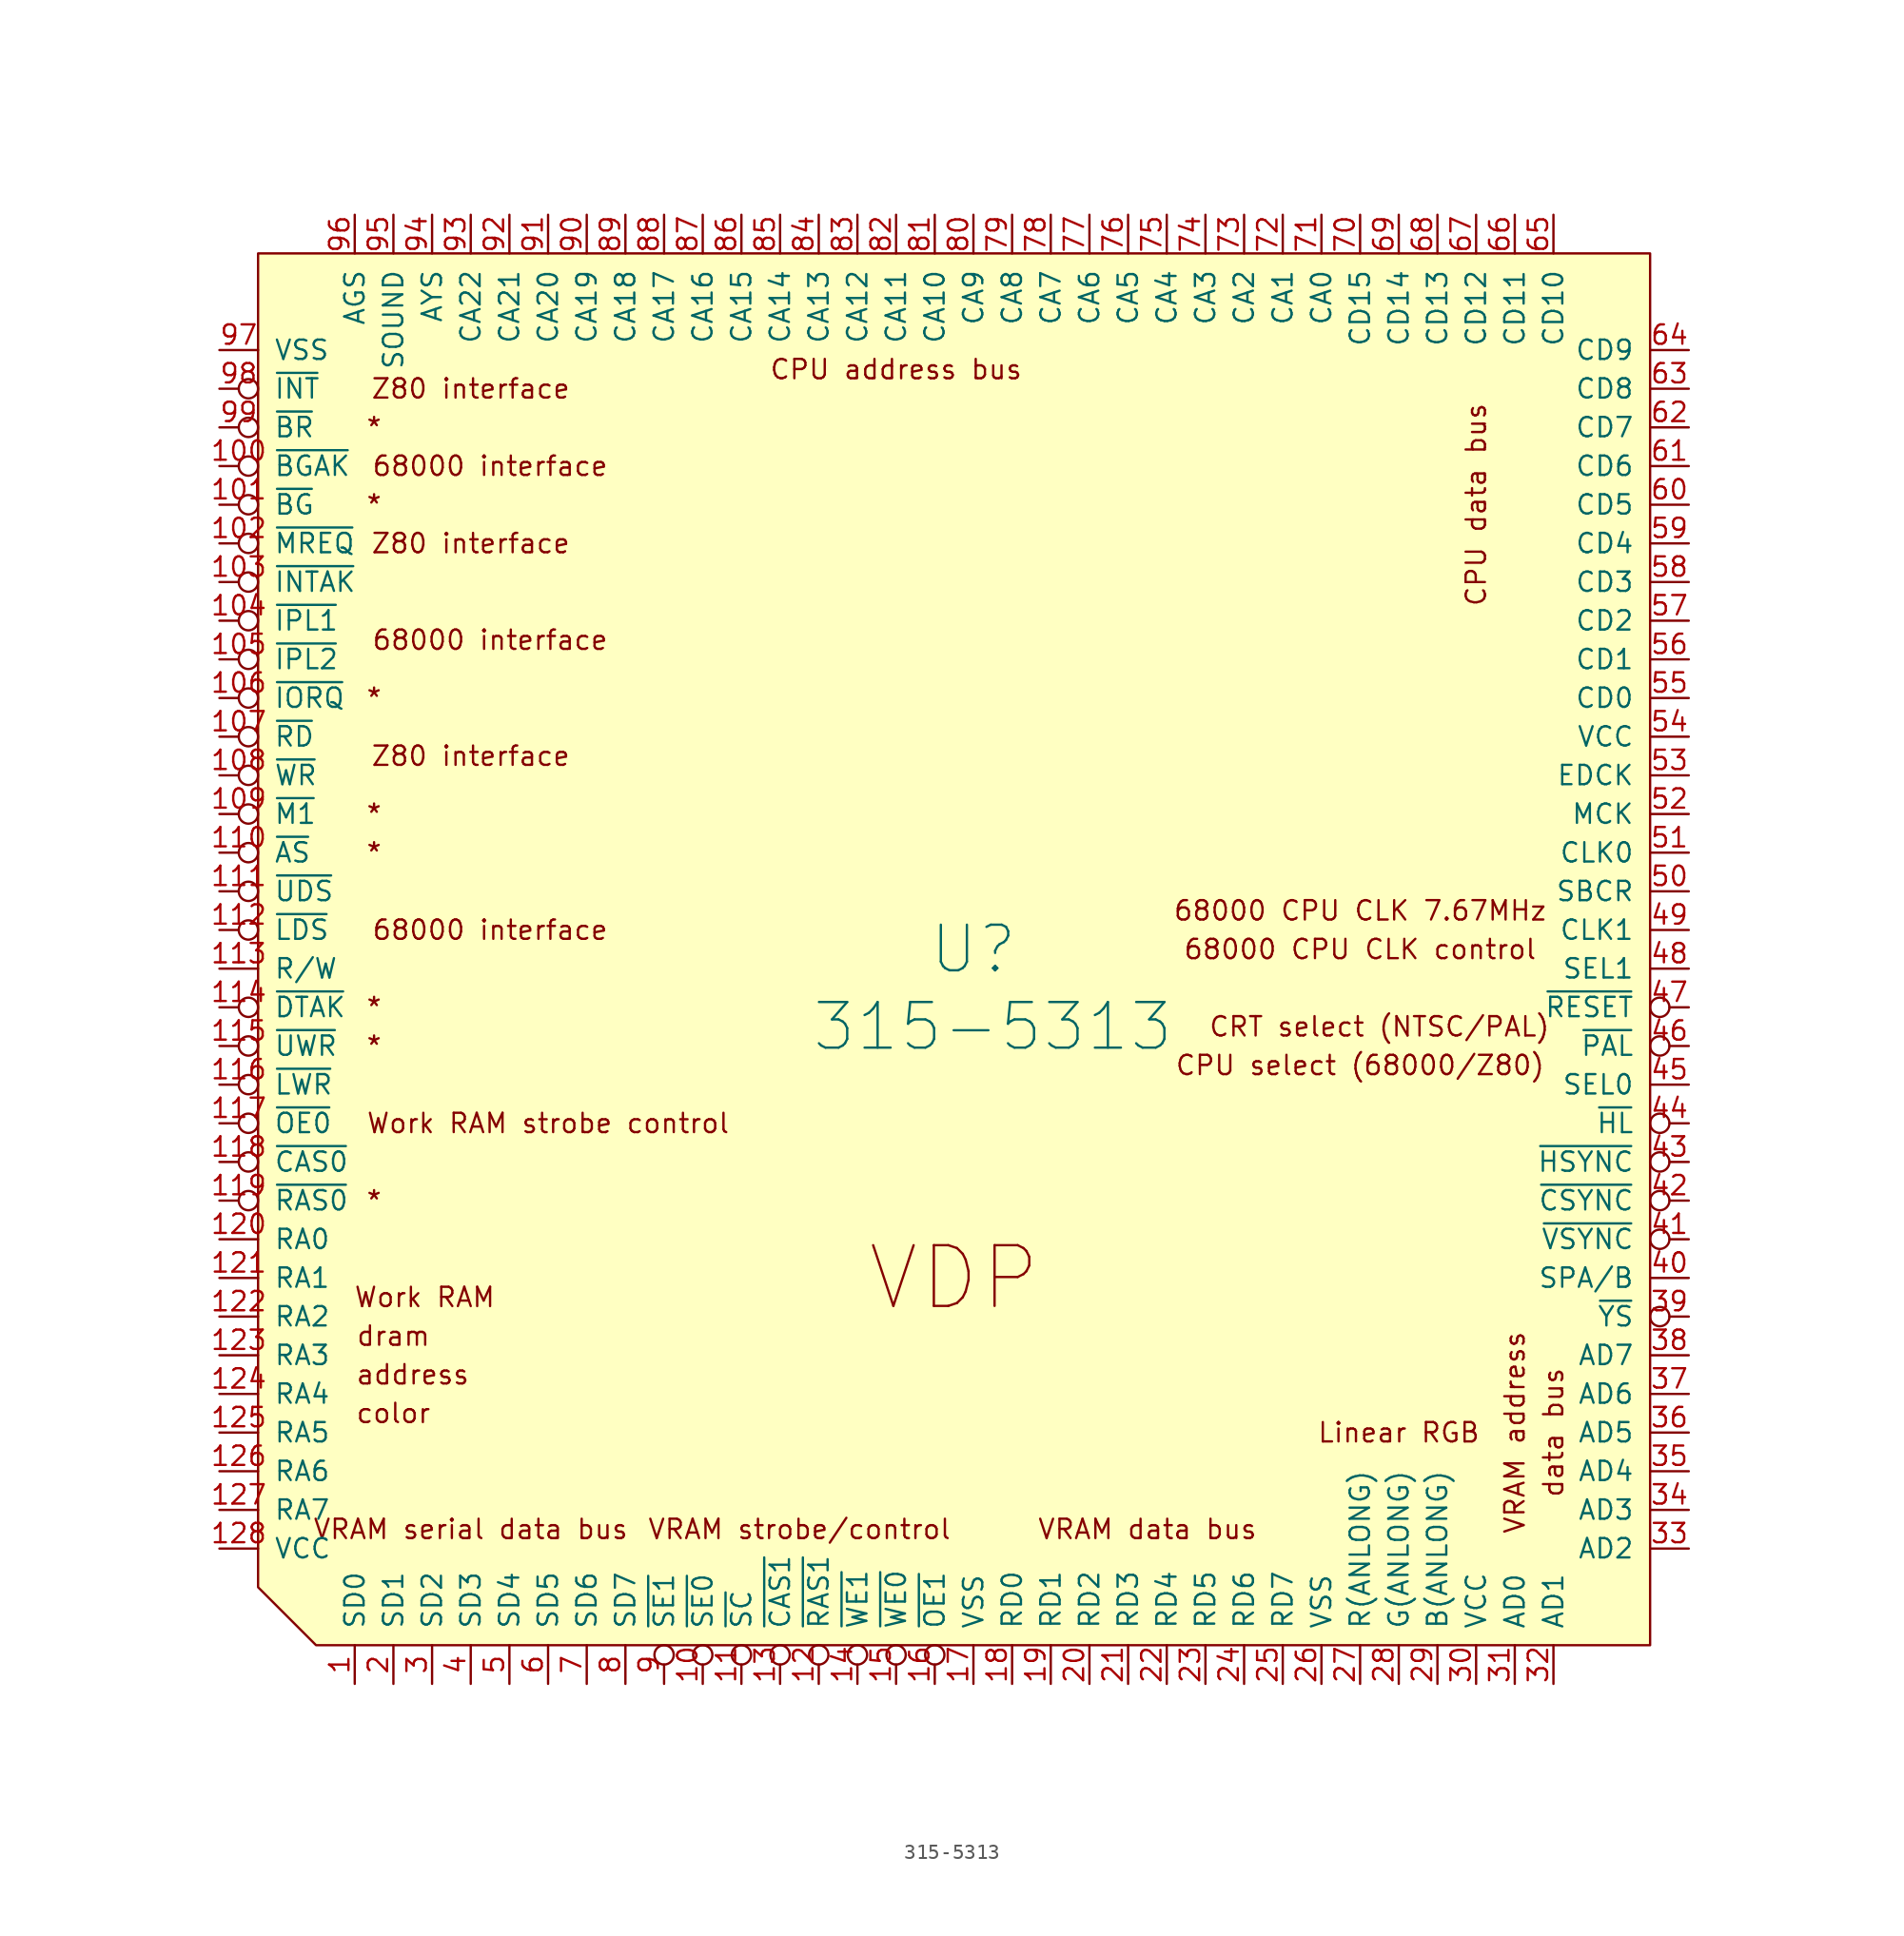
<source format=kicad_sym>
(kicad_symbol_lib
  (version 20211014)
  (generator kicad_symbol_editor)
  (symbol "315-5313"
    (pin_names
      (offset 1.016))
    (property "Reference" "U"
      (at -1.27 3.81 0)
      (effects (font (size 2.997 2.997))))
    (property "Value" "315-5313"
      (at 0 -1.27 0)
      (effects (font (size 2.997 2.997))))
    (symbol "315-5313_0_0"
      (text "*" (at -40.64 38.1 0) (effects (font (size 1.27 1.27))))
      (text "68000 CPU CLK 7.67MHz" (at 24.13 6.35 0) (effects (font (size 1.27 1.27))))
      (text "68000 CPU CLK control" (at 24.13 3.81 0) (effects (font (size 1.27 1.27))))
      (text "68000 interface" (at -33.02 5.08 0) (effects (font (size 1.27 1.27))))
      (text "68000 interface" (at -33.02 24.13 0) (effects (font (size 1.27 1.27))))
      (text "68000 interface" (at -33.02 35.56 0) (effects (font (size 1.27 1.27))))
      (text "address" (at -38.1 -24.13 0) (effects (font (size 1.27 1.27))))
      (text "color" (at -39.37 -26.67 0) (effects (font (size 1.27 1.27))))
      (text "CPU address bus" (at -6.35 41.91 0) (effects (font (size 1.27 1.27))))
      (text "CPU data bus" (at 31.75 33.02 900) (effects (font (size 1.27 1.27))))
      (text "CPU select (68000/Z80)" (at 24.13 -3.81 0) (effects (font (size 1.27 1.27))))
      (text "CRT select (NTSC/PAL)" (at 25.4 -1.27 0) (effects (font (size 1.27 1.27))))
      (text "data bus" (at 36.83 -27.94 900) (effects (font (size 1.27 1.27))))
      (text "dram" (at -39.37 -21.59 0) (effects (font (size 1.27 1.27))))
      (text "Linear RGB" (at 26.67 -27.94 0) (effects (font (size 1.27 1.27))))
      (text "VDP" (at -2.54 -17.78 0) (effects (font (size 3.988 3.988))))
      (text "VRAM address" (at 34.29 -27.94 900) (effects (font (size 1.27 1.27))))
      (text "VRAM data bus" (at 10.16 -34.29 0) (effects (font (size 1.27 1.27))))
      (text "VRAM serial data bus" (at -34.29 -34.29 0) (effects (font (size 1.27 1.27))))
      (text "VRAM strobe/control" (at -12.7 -34.29 0) (effects (font (size 1.27 1.27))))
      (text "Work RAM " (at -36.83 -19.05 0) (effects (font (size 1.27 1.27))))
      (text "Work RAM strobe control" (at -29.21 -7.62 0) (effects (font (size 1.27 1.27))))
      (text "Z80 interface" (at -34.29 16.51 0) (effects (font (size 1.27 1.27))))
      (text "Z80 interface" (at -34.29 30.48 0) (effects (font (size 1.27 1.27))))
      (text "Z80 interface" (at -34.29 40.64 0) (effects (font (size 1.27 1.27)))))
    (symbol "315-5313_0_1"
      (polyline (pts (xy -48.26 49.53) (xy 43.18 49.53) (xy 43.18 -41.91) (xy -44.45 -41.91) (xy -48.26 -38.1) (xy -48.26 49.53)) (stroke (width 0) (type default) (color 0 0 0 0)) (fill (type background))))
    (symbol "315-5313_1_1"
      (text "*" (at -40.64 -12.7 0) (effects (font (size 1.27 1.27))))
      (text "*" (at -40.64 -2.54 0) (effects (font (size 1.27 1.27))))
      (text "*" (at -40.64 0 0) (effects (font (size 1.27 1.27))))
      (text "*" (at -40.64 10.16 0) (effects (font (size 1.27 1.27))))
      (text "*" (at -40.64 12.7 0) (effects (font (size 1.27 1.27))))
      (text "*" (at -40.64 20.32 0) (effects (font (size 1.27 1.27))))
      (text "*" (at -40.64 33.02 0) (effects (font (size 1.27 1.27))))
      (pin bidirectional line (at -41.91 -44.45 90) (length 2.54) (name "SD0" (effects (font (size 1.27 1.27)))) (number "1" (effects (font (size 1.27 1.27)))))
      (pin output inverted (at -19.05 -44.45 90) (length 2.54) (name "~{SE0}" (effects (font (size 1.27 1.27)))) (number "10" (effects (font (size 1.27 1.27)))))
      (pin bidirectional inverted (at -50.8 35.56 0) (length 2.54) (name "~{BGAK}" (effects (font (size 1.27 1.27)))) (number "100" (effects (font (size 1.27 1.27)))))
      (pin input inverted (at -50.8 33.02 0) (length 2.54) (name "~{BG}" (effects (font (size 1.27 1.27)))) (number "101" (effects (font (size 1.27 1.27)))))
      (pin input inverted (at -50.8 30.48 0) (length 2.54) (name "~{MREQ}" (effects (font (size 1.27 1.27)))) (number "102" (effects (font (size 1.27 1.27)))))
      (pin input inverted (at -50.8 27.94 0) (length 2.54) (name "~{INTAK}" (effects (font (size 1.27 1.27)))) (number "103" (effects (font (size 1.27 1.27)))))
      (pin output inverted (at -50.8 25.4 0) (length 2.54) (name "~{IPL1}" (effects (font (size 1.27 1.27)))) (number "104" (effects (font (size 1.27 1.27)))))
      (pin output inverted (at -50.8 22.86 0) (length 2.54) (name "~{IPL2}" (effects (font (size 1.27 1.27)))) (number "105" (effects (font (size 1.27 1.27)))))
      (pin input inverted (at -50.8 20.32 0) (length 2.54) (name "~{IORQ}" (effects (font (size 1.27 1.27)))) (number "106" (effects (font (size 1.27 1.27)))))
      (pin input inverted (at -50.8 17.78 0) (length 2.54) (name "~{RD}" (effects (font (size 1.27 1.27)))) (number "107" (effects (font (size 1.27 1.27)))))
      (pin input inverted (at -50.8 15.24 0) (length 2.54) (name "~{WR}" (effects (font (size 1.27 1.27)))) (number "108" (effects (font (size 1.27 1.27)))))
      (pin input inverted (at -50.8 12.7 0) (length 2.54) (name "~{M1}" (effects (font (size 1.27 1.27)))) (number "109" (effects (font (size 1.27 1.27)))))
      (pin output inverted (at -16.51 -44.45 90) (length 2.54) (name "~{SC}" (effects (font (size 1.27 1.27)))) (number "11" (effects (font (size 1.27 1.27)))))
      (pin input inverted (at -50.8 10.16 0) (length 2.54) (name "~{AS}" (effects (font (size 1.27 1.27)))) (number "110" (effects (font (size 1.27 1.27)))))
      (pin input inverted (at -50.8 7.62 0) (length 2.54) (name "~{UDS}" (effects (font (size 1.27 1.27)))) (number "111" (effects (font (size 1.27 1.27)))))
      (pin input inverted (at -50.8 5.08 0) (length 2.54) (name "~{LDS}" (effects (font (size 1.27 1.27)))) (number "112" (effects (font (size 1.27 1.27)))))
      (pin input line (at -50.8 2.54 0) (length 2.54) (name "R/W" (effects (font (size 1.27 1.27)))) (number "113" (effects (font (size 1.27 1.27)))))
      (pin bidirectional inverted (at -50.8 0 0) (length 2.54) (name "~{DTAK}" (effects (font (size 1.27 1.27)))) (number "114" (effects (font (size 1.27 1.27)))))
      (pin output inverted (at -50.8 -2.54 0) (length 2.54) (name "~{UWR}" (effects (font (size 1.27 1.27)))) (number "115" (effects (font (size 1.27 1.27)))))
      (pin output inverted (at -50.8 -5.08 0) (length 2.54) (name "~{LWR}" (effects (font (size 1.27 1.27)))) (number "116" (effects (font (size 1.27 1.27)))))
      (pin output inverted (at -50.8 -7.62 0) (length 2.54) (name "~{OE0}" (effects (font (size 1.27 1.27)))) (number "117" (effects (font (size 1.27 1.27)))))
      (pin output inverted (at -50.8 -10.16 0) (length 2.54) (name "~{CAS0}" (effects (font (size 1.27 1.27)))) (number "118" (effects (font (size 1.27 1.27)))))
      (pin output inverted (at -50.8 -12.7 0) (length 2.54) (name "~{RAS0}" (effects (font (size 1.27 1.27)))) (number "119" (effects (font (size 1.27 1.27)))))
      (pin output inverted (at -11.43 -44.45 90) (length 2.54) (name "~{RAS1}" (effects (font (size 1.27 1.27)))) (number "12" (effects (font (size 1.27 1.27)))))
      (pin output line (at -50.8 -15.24 0) (length 2.54) (name "RA0" (effects (font (size 1.27 1.27)))) (number "120" (effects (font (size 1.27 1.27)))))
      (pin output line (at -50.8 -17.78 0) (length 2.54) (name "RA1" (effects (font (size 1.27 1.27)))) (number "121" (effects (font (size 1.27 1.27)))))
      (pin output line (at -50.8 -20.32 0) (length 2.54) (name "RA2" (effects (font (size 1.27 1.27)))) (number "122" (effects (font (size 1.27 1.27)))))
      (pin output line (at -50.8 -22.86 0) (length 2.54) (name "RA3" (effects (font (size 1.27 1.27)))) (number "123" (effects (font (size 1.27 1.27)))))
      (pin output line (at -50.8 -25.4 0) (length 2.54) (name "RA4" (effects (font (size 1.27 1.27)))) (number "124" (effects (font (size 1.27 1.27)))))
      (pin output line (at -50.8 -27.94 0) (length 2.54) (name "RA5" (effects (font (size 1.27 1.27)))) (number "125" (effects (font (size 1.27 1.27)))))
      (pin output line (at -50.8 -30.48 0) (length 2.54) (name "RA6" (effects (font (size 1.27 1.27)))) (number "126" (effects (font (size 1.27 1.27)))))
      (pin output line (at -50.8 -33.02 0) (length 2.54) (name "RA7" (effects (font (size 1.27 1.27)))) (number "127" (effects (font (size 1.27 1.27)))))
      (pin power_in line (at -50.8 -35.56 0) (length 2.54) (name "VCC" (effects (font (size 1.27 1.27)))) (number "128" (effects (font (size 1.27 1.27)))))
      (pin output inverted (at -13.97 -44.45 90) (length 2.54) (name "~{CAS1}" (effects (font (size 1.27 1.27)))) (number "13" (effects (font (size 1.27 1.27)))))
      (pin output inverted (at -8.89 -44.45 90) (length 2.54) (name "~{WE1}" (effects (font (size 1.27 1.27)))) (number "14" (effects (font (size 1.27 1.27)))))
      (pin output inverted (at -6.35 -44.45 90) (length 2.54) (name "~{WE0}" (effects (font (size 1.27 1.27)))) (number "15" (effects (font (size 1.27 1.27)))))
      (pin output inverted (at -3.81 -44.45 90) (length 2.54) (name "~{OE1}" (effects (font (size 1.27 1.27)))) (number "16" (effects (font (size 1.27 1.27)))))
      (pin power_in line (at -1.27 -44.45 90) (length 2.54) (name "VSS" (effects (font (size 1.27 1.27)))) (number "17" (effects (font (size 1.27 1.27)))))
      (pin bidirectional line (at 1.27 -44.45 90) (length 2.54) (name "RD0" (effects (font (size 1.27 1.27)))) (number "18" (effects (font (size 1.27 1.27)))))
      (pin bidirectional line (at 3.81 -44.45 90) (length 2.54) (name "RD1" (effects (font (size 1.27 1.27)))) (number "19" (effects (font (size 1.27 1.27)))))
      (pin bidirectional line (at -39.37 -44.45 90) (length 2.54) (name "SD1" (effects (font (size 1.27 1.27)))) (number "2" (effects (font (size 1.27 1.27)))))
      (pin bidirectional line (at 6.35 -44.45 90) (length 2.54) (name "RD2" (effects (font (size 1.27 1.27)))) (number "20" (effects (font (size 1.27 1.27)))))
      (pin bidirectional line (at 8.89 -44.45 90) (length 2.54) (name "RD3" (effects (font (size 1.27 1.27)))) (number "21" (effects (font (size 1.27 1.27)))))
      (pin bidirectional line (at 11.43 -44.45 90) (length 2.54) (name "RD4" (effects (font (size 1.27 1.27)))) (number "22" (effects (font (size 1.27 1.27)))))
      (pin bidirectional line (at 13.97 -44.45 90) (length 2.54) (name "RD5" (effects (font (size 1.27 1.27)))) (number "23" (effects (font (size 1.27 1.27)))))
      (pin bidirectional line (at 16.51 -44.45 90) (length 2.54) (name "RD6" (effects (font (size 1.27 1.27)))) (number "24" (effects (font (size 1.27 1.27)))))
      (pin bidirectional line (at 19.05 -44.45 90) (length 2.54) (name "RD7" (effects (font (size 1.27 1.27)))) (number "25" (effects (font (size 1.27 1.27)))))
      (pin power_in line (at 21.59 -44.45 90) (length 2.54) (name "VSS" (effects (font (size 1.27 1.27)))) (number "26" (effects (font (size 1.27 1.27)))))
      (pin output line (at 24.13 -44.45 90) (length 2.54) (name "R(ANLONG)" (effects (font (size 1.27 1.27)))) (number "27" (effects (font (size 1.27 1.27)))))
      (pin output line (at 26.67 -44.45 90) (length 2.54) (name "G(ANLONG)" (effects (font (size 1.27 1.27)))) (number "28" (effects (font (size 1.27 1.27)))))
      (pin output line (at 29.21 -44.45 90) (length 2.54) (name "B(ANLONG)" (effects (font (size 1.27 1.27)))) (number "29" (effects (font (size 1.27 1.27)))))
      (pin bidirectional line (at -36.83 -44.45 90) (length 2.54) (name "SD2" (effects (font (size 1.27 1.27)))) (number "3" (effects (font (size 1.27 1.27)))))
      (pin power_in line (at 31.75 -44.45 90) (length 2.54) (name "VCC" (effects (font (size 1.27 1.27)))) (number "30" (effects (font (size 1.27 1.27)))))
      (pin bidirectional line (at 34.29 -44.45 90) (length 2.54) (name "AD0" (effects (font (size 1.27 1.27)))) (number "31" (effects (font (size 1.27 1.27)))))
      (pin bidirectional line (at 36.83 -44.45 90) (length 2.54) (name "AD1" (effects (font (size 1.27 1.27)))) (number "32" (effects (font (size 1.27 1.27)))))
      (pin bidirectional line (at 45.72 -35.56 180) (length 2.54) (name "AD2" (effects (font (size 1.27 1.27)))) (number "33" (effects (font (size 1.27 1.27)))))
      (pin bidirectional line (at 45.72 -33.02 180) (length 2.54) (name "AD3" (effects (font (size 1.27 1.27)))) (number "34" (effects (font (size 1.27 1.27)))))
      (pin bidirectional line (at 45.72 -30.48 180) (length 2.54) (name "AD4" (effects (font (size 1.27 1.27)))) (number "35" (effects (font (size 1.27 1.27)))))
      (pin bidirectional line (at 45.72 -27.94 180) (length 2.54) (name "AD5" (effects (font (size 1.27 1.27)))) (number "36" (effects (font (size 1.27 1.27)))))
      (pin bidirectional line (at 45.72 -25.4 180) (length 2.54) (name "AD6" (effects (font (size 1.27 1.27)))) (number "37" (effects (font (size 1.27 1.27)))))
      (pin bidirectional line (at 45.72 -22.86 180) (length 2.54) (name "AD7" (effects (font (size 1.27 1.27)))) (number "38" (effects (font (size 1.27 1.27)))))
      (pin output inverted (at 45.72 -20.32 180) (length 2.54) (name "~{YS}" (effects (font (size 1.27 1.27)))) (number "39" (effects (font (size 1.27 1.27)))))
      (pin bidirectional line (at -34.29 -44.45 90) (length 2.54) (name "SD3" (effects (font (size 1.27 1.27)))) (number "4" (effects (font (size 1.27 1.27)))))
      (pin bidirectional line (at 45.72 -17.78 180) (length 2.54) (name "SPA/B" (effects (font (size 1.27 1.27)))) (number "40" (effects (font (size 1.27 1.27)))))
      (pin output inverted (at 45.72 -15.24 180) (length 2.54) (name "~{VSYNC}" (effects (font (size 1.27 1.27)))) (number "41" (effects (font (size 1.27 1.27)))))
      (pin bidirectional inverted (at 45.72 -12.7 180) (length 2.54) (name "~{CSYNC}" (effects (font (size 1.27 1.27)))) (number "42" (effects (font (size 1.27 1.27)))))
      (pin bidirectional inverted (at 45.72 -10.16 180) (length 2.54) (name "~{HSYNC}" (effects (font (size 1.27 1.27)))) (number "43" (effects (font (size 1.27 1.27)))))
      (pin input inverted (at 45.72 -7.62 180) (length 2.54) (name "~{HL}" (effects (font (size 1.27 1.27)))) (number "44" (effects (font (size 1.27 1.27)))))
      (pin input line (at 45.72 -5.08 180) (length 2.54) (name "SEL0" (effects (font (size 1.27 1.27)))) (number "45" (effects (font (size 1.27 1.27)))))
      (pin input inverted (at 45.72 -2.54 180) (length 2.54) (name "~{PAL}" (effects (font (size 1.27 1.27)))) (number "46" (effects (font (size 1.27 1.27)))))
      (pin input inverted (at 45.72 0 180) (length 2.54) (name "~{RESET}" (effects (font (size 1.27 1.27)))) (number "47" (effects (font (size 1.27 1.27)))))
      (pin input line (at 45.72 2.54 180) (length 2.54) (name "SEL1" (effects (font (size 1.27 1.27)))) (number "48" (effects (font (size 1.27 1.27)))))
      (pin bidirectional line (at 45.72 5.08 180) (length 2.54) (name "CLK1" (effects (font (size 1.27 1.27)))) (number "49" (effects (font (size 1.27 1.27)))))
      (pin bidirectional line (at -31.75 -44.45 90) (length 2.54) (name "SD4" (effects (font (size 1.27 1.27)))) (number "5" (effects (font (size 1.27 1.27)))))
      (pin output line (at 45.72 7.62 180) (length 2.54) (name "SBCR" (effects (font (size 1.27 1.27)))) (number "50" (effects (font (size 1.27 1.27)))))
      (pin output line (at 45.72 10.16 180) (length 2.54) (name "CLK0" (effects (font (size 1.27 1.27)))) (number "51" (effects (font (size 1.27 1.27)))))
      (pin output line (at 45.72 12.7 180) (length 2.54) (name "MCK" (effects (font (size 1.27 1.27)))) (number "52" (effects (font (size 1.27 1.27)))))
      (pin bidirectional line (at 45.72 15.24 180) (length 2.54) (name "EDCK" (effects (font (size 1.27 1.27)))) (number "53" (effects (font (size 1.27 1.27)))))
      (pin input line (at 45.72 17.78 180) (length 2.54) (name "VCC" (effects (font (size 1.27 1.27)))) (number "54" (effects (font (size 1.27 1.27)))))
      (pin bidirectional line (at 45.72 20.32 180) (length 2.54) (name "CD0" (effects (font (size 1.27 1.27)))) (number "55" (effects (font (size 1.27 1.27)))))
      (pin bidirectional line (at 45.72 22.86 180) (length 2.54) (name "CD1" (effects (font (size 1.27 1.27)))) (number "56" (effects (font (size 1.27 1.27)))))
      (pin bidirectional line (at 45.72 25.4 180) (length 2.54) (name "CD2" (effects (font (size 1.27 1.27)))) (number "57" (effects (font (size 1.27 1.27)))))
      (pin bidirectional line (at 45.72 27.94 180) (length 2.54) (name "CD3" (effects (font (size 1.27 1.27)))) (number "58" (effects (font (size 1.27 1.27)))))
      (pin bidirectional line (at 45.72 30.48 180) (length 2.54) (name "CD4" (effects (font (size 1.27 1.27)))) (number "59" (effects (font (size 1.27 1.27)))))
      (pin bidirectional line (at -29.21 -44.45 90) (length 2.54) (name "SD5" (effects (font (size 1.27 1.27)))) (number "6" (effects (font (size 1.27 1.27)))))
      (pin bidirectional line (at 45.72 33.02 180) (length 2.54) (name "CD5" (effects (font (size 1.27 1.27)))) (number "60" (effects (font (size 1.27 1.27)))))
      (pin bidirectional line (at 45.72 35.56 180) (length 2.54) (name "CD6" (effects (font (size 1.27 1.27)))) (number "61" (effects (font (size 1.27 1.27)))))
      (pin bidirectional line (at 45.72 38.1 180) (length 2.54) (name "CD7" (effects (font (size 1.27 1.27)))) (number "62" (effects (font (size 1.27 1.27)))))
      (pin bidirectional line (at 45.72 40.64 180) (length 2.54) (name "CD8" (effects (font (size 1.27 1.27)))) (number "63" (effects (font (size 1.27 1.27)))))
      (pin bidirectional line (at 45.72 43.18 180) (length 2.54) (name "CD9" (effects (font (size 1.27 1.27)))) (number "64" (effects (font (size 1.27 1.27)))))
      (pin bidirectional line (at 36.83 52.07 270) (length 2.54) (name "CD10" (effects (font (size 1.27 1.27)))) (number "65" (effects (font (size 1.27 1.27)))))
      (pin bidirectional line (at 34.29 52.07 270) (length 2.54) (name "CD11" (effects (font (size 1.27 1.27)))) (number "66" (effects (font (size 1.27 1.27)))))
      (pin bidirectional line (at 31.75 52.07 270) (length 2.54) (name "CD12" (effects (font (size 1.27 1.27)))) (number "67" (effects (font (size 1.27 1.27)))))
      (pin bidirectional line (at 29.21 52.07 270) (length 2.54) (name "CD13" (effects (font (size 1.27 1.27)))) (number "68" (effects (font (size 1.27 1.27)))))
      (pin bidirectional line (at 26.67 52.07 270) (length 2.54) (name "CD14" (effects (font (size 1.27 1.27)))) (number "69" (effects (font (size 1.27 1.27)))))
      (pin bidirectional line (at -26.67 -44.45 90) (length 2.54) (name "SD6" (effects (font (size 1.27 1.27)))) (number "7" (effects (font (size 1.27 1.27)))))
      (pin bidirectional line (at 24.13 52.07 270) (length 2.54) (name "CD15" (effects (font (size 1.27 1.27)))) (number "70" (effects (font (size 1.27 1.27)))))
      (pin bidirectional line (at 21.59 52.07 270) (length 2.54) (name "CA0" (effects (font (size 1.27 1.27)))) (number "71" (effects (font (size 1.27 1.27)))))
      (pin bidirectional line (at 19.05 52.07 270) (length 2.54) (name "CA1" (effects (font (size 1.27 1.27)))) (number "72" (effects (font (size 1.27 1.27)))))
      (pin bidirectional line (at 16.51 52.07 270) (length 2.54) (name "CA2" (effects (font (size 1.27 1.27)))) (number "73" (effects (font (size 1.27 1.27)))))
      (pin bidirectional line (at 13.97 52.07 270) (length 2.54) (name "CA3" (effects (font (size 1.27 1.27)))) (number "74" (effects (font (size 1.27 1.27)))))
      (pin bidirectional line (at 11.43 52.07 270) (length 2.54) (name "CA4" (effects (font (size 1.27 1.27)))) (number "75" (effects (font (size 1.27 1.27)))))
      (pin bidirectional line (at 8.89 52.07 270) (length 2.54) (name "CA5" (effects (font (size 1.27 1.27)))) (number "76" (effects (font (size 1.27 1.27)))))
      (pin bidirectional line (at 6.35 52.07 270) (length 2.54) (name "CA6" (effects (font (size 1.27 1.27)))) (number "77" (effects (font (size 1.27 1.27)))))
      (pin bidirectional line (at 3.81 52.07 270) (length 2.54) (name "CA7" (effects (font (size 1.27 1.27)))) (number "78" (effects (font (size 1.27 1.27)))))
      (pin bidirectional line (at 1.27 52.07 270) (length 2.54) (name "CA8" (effects (font (size 1.27 1.27)))) (number "79" (effects (font (size 1.27 1.27)))))
      (pin bidirectional line (at -24.13 -44.45 90) (length 2.54) (name "SD7" (effects (font (size 1.27 1.27)))) (number "8" (effects (font (size 1.27 1.27)))))
      (pin bidirectional line (at -1.27 52.07 270) (length 2.54) (name "CA9" (effects (font (size 1.27 1.27)))) (number "80" (effects (font (size 1.27 1.27)))))
      (pin bidirectional line (at -3.81 52.07 270) (length 2.54) (name "CA10" (effects (font (size 1.27 1.27)))) (number "81" (effects (font (size 1.27 1.27)))))
      (pin bidirectional line (at -6.35 52.07 270) (length 2.54) (name "CA11" (effects (font (size 1.27 1.27)))) (number "82" (effects (font (size 1.27 1.27)))))
      (pin bidirectional line (at -8.89 52.07 270) (length 2.54) (name "CA12" (effects (font (size 1.27 1.27)))) (number "83" (effects (font (size 1.27 1.27)))))
      (pin bidirectional line (at -11.43 52.07 270) (length 2.54) (name "CA13" (effects (font (size 1.27 1.27)))) (number "84" (effects (font (size 1.27 1.27)))))
      (pin bidirectional line (at -13.97 52.07 270) (length 2.54) (name "CA14" (effects (font (size 1.27 1.27)))) (number "85" (effects (font (size 1.27 1.27)))))
      (pin bidirectional line (at -16.51 52.07 270) (length 2.54) (name "CA15" (effects (font (size 1.27 1.27)))) (number "86" (effects (font (size 1.27 1.27)))))
      (pin bidirectional line (at -19.05 52.07 270) (length 2.54) (name "CA16" (effects (font (size 1.27 1.27)))) (number "87" (effects (font (size 1.27 1.27)))))
      (pin bidirectional line (at -21.59 52.07 270) (length 2.54) (name "CA17" (effects (font (size 1.27 1.27)))) (number "88" (effects (font (size 1.27 1.27)))))
      (pin bidirectional line (at -24.13 52.07 270) (length 2.54) (name "CA18" (effects (font (size 1.27 1.27)))) (number "89" (effects (font (size 1.27 1.27)))))
      (pin output inverted (at -21.59 -44.45 90) (length 2.54) (name "~{SE1}" (effects (font (size 1.27 1.27)))) (number "9" (effects (font (size 1.27 1.27)))))
      (pin bidirectional line (at -26.67 52.07 270) (length 2.54) (name "CA19" (effects (font (size 1.27 1.27)))) (number "90" (effects (font (size 1.27 1.27)))))
      (pin bidirectional line (at -29.21 52.07 270) (length 2.54) (name "CA20" (effects (font (size 1.27 1.27)))) (number "91" (effects (font (size 1.27 1.27)))))
      (pin bidirectional line (at -31.75 52.07 270) (length 2.54) (name "CA21" (effects (font (size 1.27 1.27)))) (number "92" (effects (font (size 1.27 1.27)))))
      (pin bidirectional line (at -34.29 52.07 270) (length 2.54) (name "CA22" (effects (font (size 1.27 1.27)))) (number "93" (effects (font (size 1.27 1.27)))))
      (pin input line (at -36.83 52.07 270) (length 2.54) (name "AYS" (effects (font (size 1.27 1.27)))) (number "94" (effects (font (size 1.27 1.27)))))
      (pin output line (at -39.37 52.07 270) (length 2.54) (name "SOUND" (effects (font (size 1.27 1.27)))) (number "95" (effects (font (size 1.27 1.27)))))
      (pin input line (at -41.91 52.07 270) (length 2.54) (name "AGS" (effects (font (size 1.27 1.27)))) (number "96" (effects (font (size 1.27 1.27)))))
      (pin power_in line (at -50.8 43.18 0) (length 2.54) (name "VSS" (effects (font (size 1.27 1.27)))) (number "97" (effects (font (size 1.27 1.27)))))
      (pin output inverted (at -50.8 40.64 0) (length 2.54) (name "~{INT}" (effects (font (size 1.27 1.27)))) (number "98" (effects (font (size 1.27 1.27)))))
      (pin output inverted (at -50.8 38.1 0) (length 2.54) (name "~{BR}" (effects (font (size 1.27 1.27)))) (number "99" (effects (font (size 1.27 1.27))))))))
</source>
